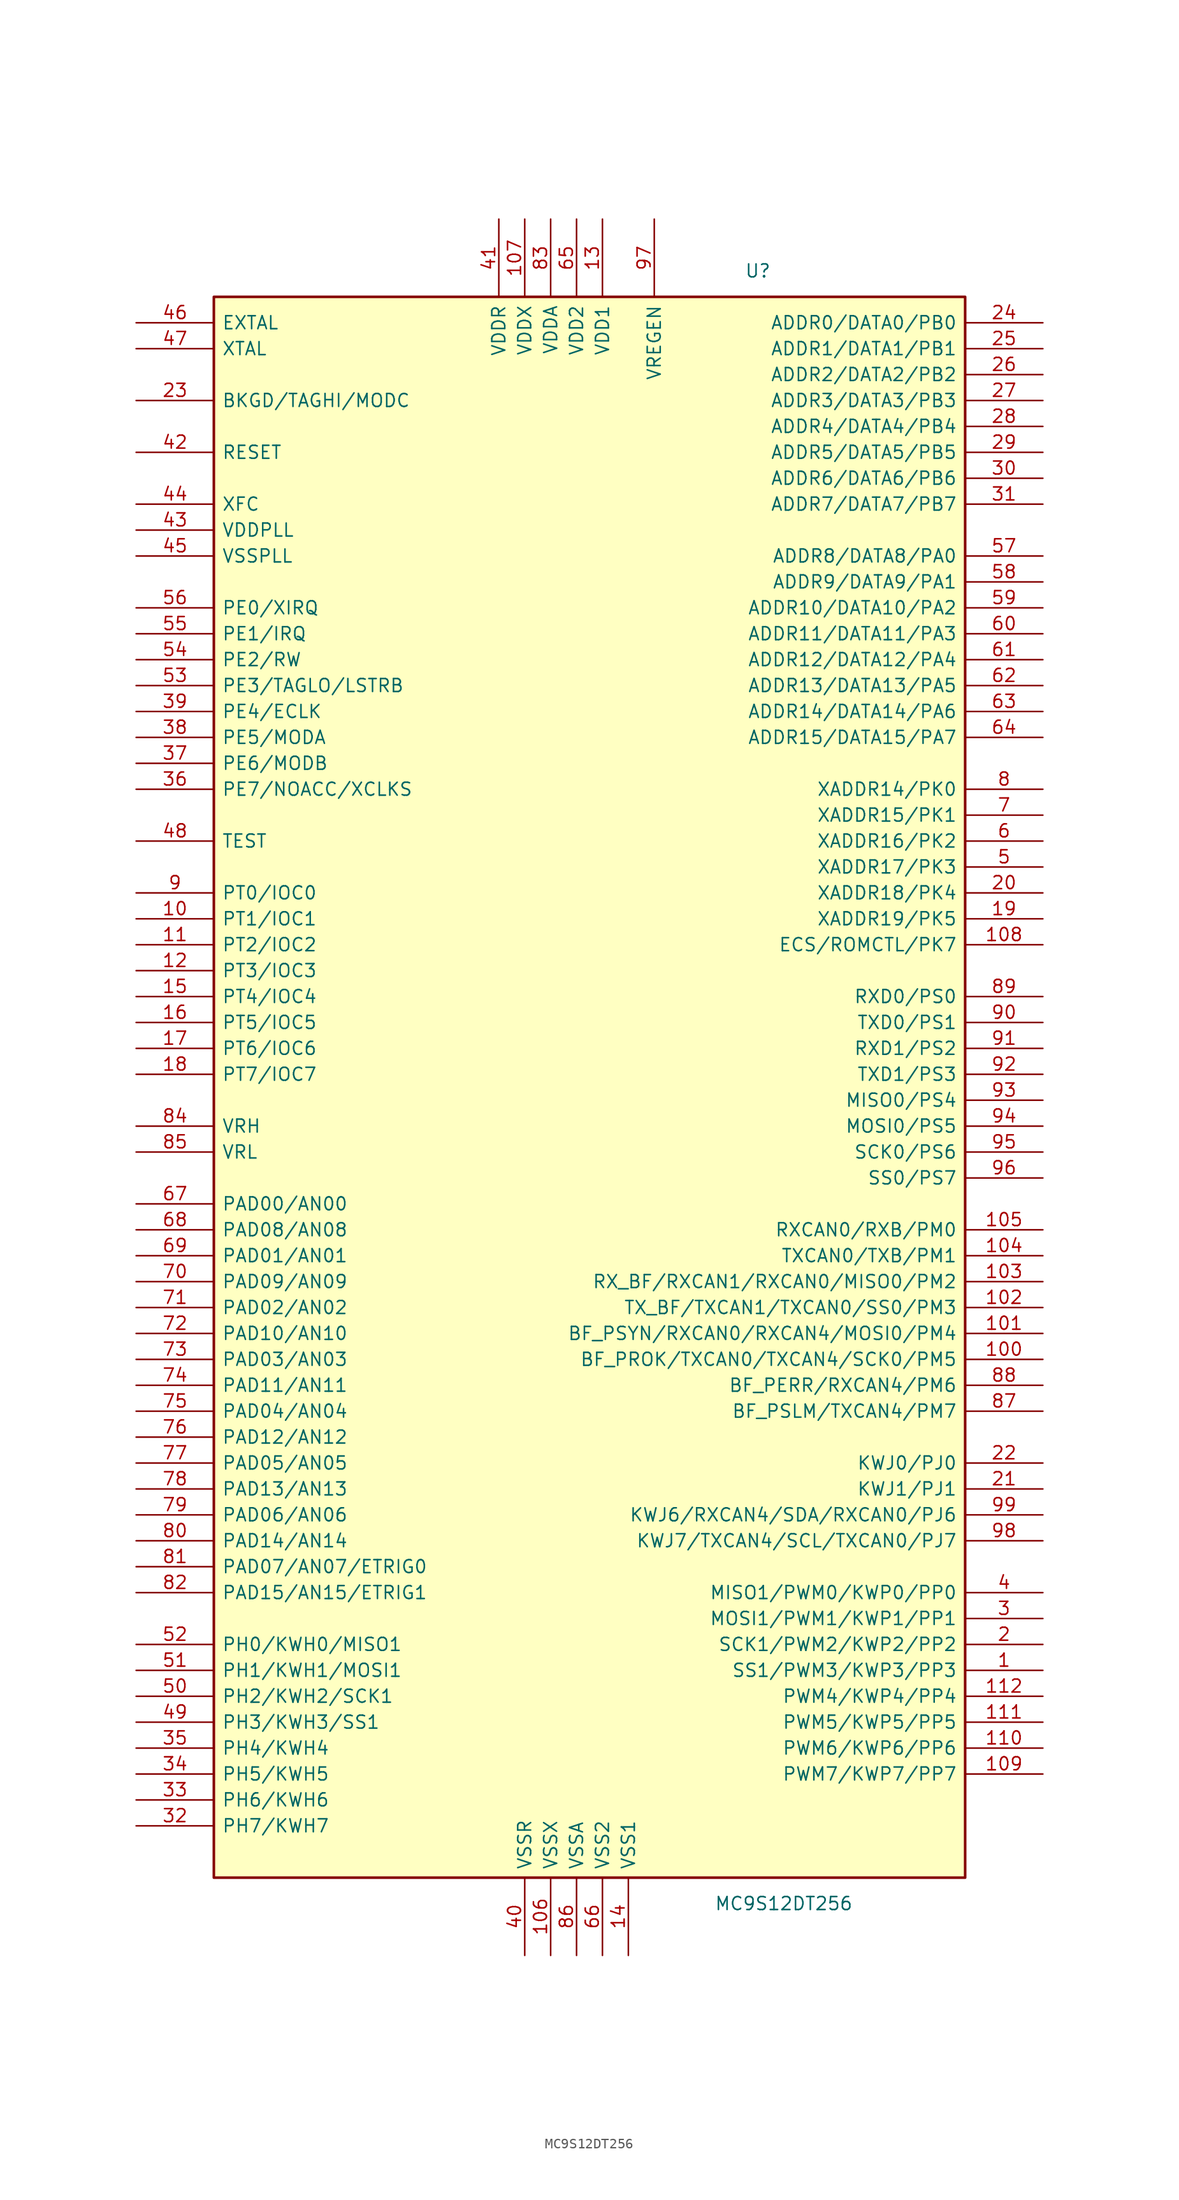
<source format=kicad_sym>
(kicad_symbol_lib
  (version 20201005)
  (generator kicad_symbol_editor)
  (symbol "MCU_NXP_HCS12:MC9S12DT256"
    (pin_names
      (offset 0.762))
    (property "Reference" "U"
      (at 17.78 86.36 0)
      (effects (font (size 1.27 1.27))))
    (property "Value" "MC9S12DT256"
      (at 20.32 -73.66 0)
      (effects (font (size 1.27 1.27))))
    (symbol "MC9S12DT256_0_1"
      (rectangle (start -35.56 83.82) (end 38.1 -71.12) (stroke (width 0.254)) (fill (type background))))
    (symbol "MC9S12DT256_1_1"
      (pin bidirectional line (at 45.72 -50.8 180) (length 7.62) (name "SS1/PWM3/KWP3/PP3" (effects (font (size 1.27 1.27)))) (number "1" (effects (font (size 1.27 1.27)))))
      (pin bidirectional line (at -43.18 22.86 0) (length 7.62) (name "PT1/IOC1" (effects (font (size 1.27 1.27)))) (number "10" (effects (font (size 1.27 1.27)))))
      (pin bidirectional line (at 45.72 -20.32 180) (length 7.62) (name "BF_PROK/TXCAN0/TXCAN4/SCK0/PM5" (effects (font (size 1.27 1.27)))) (number "100" (effects (font (size 1.27 1.27)))))
      (pin bidirectional line (at 45.72 -17.78 180) (length 7.62) (name "BF_PSYN/RXCAN0/RXCAN4/MOSI0/PM4" (effects (font (size 1.27 1.27)))) (number "101" (effects (font (size 1.27 1.27)))))
      (pin bidirectional line (at 45.72 -15.24 180) (length 7.62) (name "TX_BF/TXCAN1/TXCAN0/SS0/PM3" (effects (font (size 1.27 1.27)))) (number "102" (effects (font (size 1.27 1.27)))))
      (pin bidirectional line (at 45.72 -12.7 180) (length 7.62) (name "RX_BF/RXCAN1/RXCAN0/MISO0/PM2" (effects (font (size 1.27 1.27)))) (number "103" (effects (font (size 1.27 1.27)))))
      (pin bidirectional line (at 45.72 -10.16 180) (length 7.62) (name "TXCAN0/TXB/PM1" (effects (font (size 1.27 1.27)))) (number "104" (effects (font (size 1.27 1.27)))))
      (pin bidirectional line (at 45.72 -7.62 180) (length 7.62) (name "RXCAN0/RXB/PM0" (effects (font (size 1.27 1.27)))) (number "105" (effects (font (size 1.27 1.27)))))
      (pin power_in line (at -2.54 -78.74 90) (length 7.62) (name "VSSX" (effects (font (size 1.27 1.27)))) (number "106" (effects (font (size 1.27 1.27)))))
      (pin power_in line (at -5.08 91.44 270) (length 7.62) (name "VDDX" (effects (font (size 1.27 1.27)))) (number "107" (effects (font (size 1.27 1.27)))))
      (pin bidirectional line (at 45.72 20.32 180) (length 7.62) (name "ECS/ROMCTL/PK7" (effects (font (size 1.27 1.27)))) (number "108" (effects (font (size 1.27 1.27)))))
      (pin bidirectional line (at 45.72 -60.96 180) (length 7.62) (name "PWM7/KWP7/PP7" (effects (font (size 1.27 1.27)))) (number "109" (effects (font (size 1.27 1.27)))))
      (pin bidirectional line (at -43.18 20.32 0) (length 7.62) (name "PT2/IOC2" (effects (font (size 1.27 1.27)))) (number "11" (effects (font (size 1.27 1.27)))))
      (pin bidirectional line (at 45.72 -58.42 180) (length 7.62) (name "PWM6/KWP6/PP6" (effects (font (size 1.27 1.27)))) (number "110" (effects (font (size 1.27 1.27)))))
      (pin bidirectional line (at 45.72 -55.88 180) (length 7.62) (name "PWM5/KWP5/PP5" (effects (font (size 1.27 1.27)))) (number "111" (effects (font (size 1.27 1.27)))))
      (pin bidirectional line (at 45.72 -53.34 180) (length 7.62) (name "PWM4/KWP4/PP4" (effects (font (size 1.27 1.27)))) (number "112" (effects (font (size 1.27 1.27)))))
      (pin bidirectional line (at -43.18 17.78 0) (length 7.62) (name "PT3/IOC3" (effects (font (size 1.27 1.27)))) (number "12" (effects (font (size 1.27 1.27)))))
      (pin power_in line (at 2.54 91.44 270) (length 7.62) (name "VDD1" (effects (font (size 1.27 1.27)))) (number "13" (effects (font (size 1.27 1.27)))))
      (pin power_in line (at 5.08 -78.74 90) (length 7.62) (name "VSS1" (effects (font (size 1.27 1.27)))) (number "14" (effects (font (size 1.27 1.27)))))
      (pin bidirectional line (at -43.18 15.24 0) (length 7.62) (name "PT4/IOC4" (effects (font (size 1.27 1.27)))) (number "15" (effects (font (size 1.27 1.27)))))
      (pin bidirectional line (at -43.18 12.7 0) (length 7.62) (name "PT5/IOC5" (effects (font (size 1.27 1.27)))) (number "16" (effects (font (size 1.27 1.27)))))
      (pin bidirectional line (at -43.18 10.16 0) (length 7.62) (name "PT6/IOC6" (effects (font (size 1.27 1.27)))) (number "17" (effects (font (size 1.27 1.27)))))
      (pin bidirectional line (at -43.18 7.62 0) (length 7.62) (name "PT7/IOC7" (effects (font (size 1.27 1.27)))) (number "18" (effects (font (size 1.27 1.27)))))
      (pin bidirectional line (at 45.72 22.86 180) (length 7.62) (name "XADDR19/PK5" (effects (font (size 1.27 1.27)))) (number "19" (effects (font (size 1.27 1.27)))))
      (pin bidirectional line (at 45.72 -48.26 180) (length 7.62) (name "SCK1/PWM2/KWP2/PP2" (effects (font (size 1.27 1.27)))) (number "2" (effects (font (size 1.27 1.27)))))
      (pin bidirectional line (at 45.72 25.4 180) (length 7.62) (name "XADDR18/PK4" (effects (font (size 1.27 1.27)))) (number "20" (effects (font (size 1.27 1.27)))))
      (pin bidirectional line (at 45.72 -33.02 180) (length 7.62) (name "KWJ1/PJ1" (effects (font (size 1.27 1.27)))) (number "21" (effects (font (size 1.27 1.27)))))
      (pin bidirectional line (at 45.72 -30.48 180) (length 7.62) (name "KWJ0/PJ0" (effects (font (size 1.27 1.27)))) (number "22" (effects (font (size 1.27 1.27)))))
      (pin bidirectional line (at -43.18 73.66 0) (length 7.62) (name "BKGD/TAGHI/MODC" (effects (font (size 1.27 1.27)))) (number "23" (effects (font (size 1.27 1.27)))))
      (pin bidirectional line (at 45.72 81.28 180) (length 7.62) (name "ADDR0/DATA0/PB0" (effects (font (size 1.27 1.27)))) (number "24" (effects (font (size 1.27 1.27)))))
      (pin bidirectional line (at 45.72 78.74 180) (length 7.62) (name "ADDR1/DATA1/PB1" (effects (font (size 1.27 1.27)))) (number "25" (effects (font (size 1.27 1.27)))))
      (pin bidirectional line (at 45.72 76.2 180) (length 7.62) (name "ADDR2/DATA2/PB2" (effects (font (size 1.27 1.27)))) (number "26" (effects (font (size 1.27 1.27)))))
      (pin bidirectional line (at 45.72 73.66 180) (length 7.62) (name "ADDR3/DATA3/PB3" (effects (font (size 1.27 1.27)))) (number "27" (effects (font (size 1.27 1.27)))))
      (pin bidirectional line (at 45.72 71.12 180) (length 7.62) (name "ADDR4/DATA4/PB4" (effects (font (size 1.27 1.27)))) (number "28" (effects (font (size 1.27 1.27)))))
      (pin bidirectional line (at 45.72 68.58 180) (length 7.62) (name "ADDR5/DATA5/PB5" (effects (font (size 1.27 1.27)))) (number "29" (effects (font (size 1.27 1.27)))))
      (pin bidirectional line (at 45.72 -45.72 180) (length 7.62) (name "MOSI1/PWM1/KWP1/PP1" (effects (font (size 1.27 1.27)))) (number "3" (effects (font (size 1.27 1.27)))))
      (pin bidirectional line (at 45.72 66.04 180) (length 7.62) (name "ADDR6/DATA6/PB6" (effects (font (size 1.27 1.27)))) (number "30" (effects (font (size 1.27 1.27)))))
      (pin bidirectional line (at 45.72 63.5 180) (length 7.62) (name "ADDR7/DATA7/PB7" (effects (font (size 1.27 1.27)))) (number "31" (effects (font (size 1.27 1.27)))))
      (pin bidirectional line (at -43.18 -66.04 0) (length 7.62) (name "PH7/KWH7" (effects (font (size 1.27 1.27)))) (number "32" (effects (font (size 1.27 1.27)))))
      (pin bidirectional line (at -43.18 -63.5 0) (length 7.62) (name "PH6/KWH6" (effects (font (size 1.27 1.27)))) (number "33" (effects (font (size 1.27 1.27)))))
      (pin bidirectional line (at -43.18 -60.96 0) (length 7.62) (name "PH5/KWH5" (effects (font (size 1.27 1.27)))) (number "34" (effects (font (size 1.27 1.27)))))
      (pin bidirectional line (at -43.18 -58.42 0) (length 7.62) (name "PH4/KWH4" (effects (font (size 1.27 1.27)))) (number "35" (effects (font (size 1.27 1.27)))))
      (pin bidirectional line (at -43.18 35.56 0) (length 7.62) (name "PE7/NOACC/XCLKS" (effects (font (size 1.27 1.27)))) (number "36" (effects (font (size 1.27 1.27)))))
      (pin bidirectional line (at -43.18 38.1 0) (length 7.62) (name "PE6/MODB" (effects (font (size 1.27 1.27)))) (number "37" (effects (font (size 1.27 1.27)))))
      (pin bidirectional line (at -43.18 40.64 0) (length 7.62) (name "PE5/MODA" (effects (font (size 1.27 1.27)))) (number "38" (effects (font (size 1.27 1.27)))))
      (pin bidirectional line (at -43.18 43.18 0) (length 7.62) (name "PE4/ECLK" (effects (font (size 1.27 1.27)))) (number "39" (effects (font (size 1.27 1.27)))))
      (pin bidirectional line (at 45.72 -43.18 180) (length 7.62) (name "MISO1/PWM0/KWP0/PP0" (effects (font (size 1.27 1.27)))) (number "4" (effects (font (size 1.27 1.27)))))
      (pin power_in line (at -5.08 -78.74 90) (length 7.62) (name "VSSR" (effects (font (size 1.27 1.27)))) (number "40" (effects (font (size 1.27 1.27)))))
      (pin power_in line (at -7.62 91.44 270) (length 7.62) (name "VDDR" (effects (font (size 1.27 1.27)))) (number "41" (effects (font (size 1.27 1.27)))))
      (pin bidirectional line (at -43.18 68.58 0) (length 7.62) (name "RESET" (effects (font (size 1.27 1.27)))) (number "42" (effects (font (size 1.27 1.27)))))
      (pin power_in line (at -43.18 60.96 0) (length 7.62) (name "VDDPLL" (effects (font (size 1.27 1.27)))) (number "43" (effects (font (size 1.27 1.27)))))
      (pin bidirectional line (at -43.18 63.5 0) (length 7.62) (name "XFC" (effects (font (size 1.27 1.27)))) (number "44" (effects (font (size 1.27 1.27)))))
      (pin bidirectional line (at -43.18 58.42 0) (length 7.62) (name "VSSPLL" (effects (font (size 1.27 1.27)))) (number "45" (effects (font (size 1.27 1.27)))))
      (pin input line (at -43.18 81.28 0) (length 7.62) (name "EXTAL" (effects (font (size 1.27 1.27)))) (number "46" (effects (font (size 1.27 1.27)))))
      (pin output line (at -43.18 78.74 0) (length 7.62) (name "XTAL" (effects (font (size 1.27 1.27)))) (number "47" (effects (font (size 1.27 1.27)))))
      (pin input line (at -43.18 30.48 0) (length 7.62) (name "TEST" (effects (font (size 1.27 1.27)))) (number "48" (effects (font (size 1.27 1.27)))))
      (pin bidirectional line (at -43.18 -55.88 0) (length 7.62) (name "PH3/KWH3/SS1" (effects (font (size 1.27 1.27)))) (number "49" (effects (font (size 1.27 1.27)))))
      (pin bidirectional line (at 45.72 27.94 180) (length 7.62) (name "XADDR17/PK3" (effects (font (size 1.27 1.27)))) (number "5" (effects (font (size 1.27 1.27)))))
      (pin bidirectional line (at -43.18 -53.34 0) (length 7.62) (name "PH2/KWH2/SCK1" (effects (font (size 1.27 1.27)))) (number "50" (effects (font (size 1.27 1.27)))))
      (pin bidirectional line (at -43.18 -50.8 0) (length 7.62) (name "PH1/KWH1/MOSI1" (effects (font (size 1.27 1.27)))) (number "51" (effects (font (size 1.27 1.27)))))
      (pin bidirectional line (at -43.18 -48.26 0) (length 7.62) (name "PH0/KWH0/MISO1" (effects (font (size 1.27 1.27)))) (number "52" (effects (font (size 1.27 1.27)))))
      (pin bidirectional line (at -43.18 45.72 0) (length 7.62) (name "PE3/TAGLO/LSTRB" (effects (font (size 1.27 1.27)))) (number "53" (effects (font (size 1.27 1.27)))))
      (pin bidirectional line (at -43.18 48.26 0) (length 7.62) (name "PE2/RW" (effects (font (size 1.27 1.27)))) (number "54" (effects (font (size 1.27 1.27)))))
      (pin input line (at -43.18 50.8 0) (length 7.62) (name "PE1/IRQ" (effects (font (size 1.27 1.27)))) (number "55" (effects (font (size 1.27 1.27)))))
      (pin input line (at -43.18 53.34 0) (length 7.62) (name "PE0/XIRQ" (effects (font (size 1.27 1.27)))) (number "56" (effects (font (size 1.27 1.27)))))
      (pin bidirectional line (at 45.72 58.42 180) (length 7.62) (name "ADDR8/DATA8/PA0" (effects (font (size 1.27 1.27)))) (number "57" (effects (font (size 1.27 1.27)))))
      (pin bidirectional line (at 45.72 55.88 180) (length 7.62) (name "ADDR9/DATA9/PA1" (effects (font (size 1.27 1.27)))) (number "58" (effects (font (size 1.27 1.27)))))
      (pin bidirectional line (at 45.72 53.34 180) (length 7.62) (name "ADDR10/DATA10/PA2" (effects (font (size 1.27 1.27)))) (number "59" (effects (font (size 1.27 1.27)))))
      (pin bidirectional line (at 45.72 30.48 180) (length 7.62) (name "XADDR16/PK2" (effects (font (size 1.27 1.27)))) (number "6" (effects (font (size 1.27 1.27)))))
      (pin bidirectional line (at 45.72 50.8 180) (length 7.62) (name "ADDR11/DATA11/PA3" (effects (font (size 1.27 1.27)))) (number "60" (effects (font (size 1.27 1.27)))))
      (pin bidirectional line (at 45.72 48.26 180) (length 7.62) (name "ADDR12/DATA12/PA4" (effects (font (size 1.27 1.27)))) (number "61" (effects (font (size 1.27 1.27)))))
      (pin bidirectional line (at 45.72 45.72 180) (length 7.62) (name "ADDR13/DATA13/PA5" (effects (font (size 1.27 1.27)))) (number "62" (effects (font (size 1.27 1.27)))))
      (pin bidirectional line (at 45.72 43.18 180) (length 7.62) (name "ADDR14/DATA14/PA6" (effects (font (size 1.27 1.27)))) (number "63" (effects (font (size 1.27 1.27)))))
      (pin bidirectional line (at 45.72 40.64 180) (length 7.62) (name "ADDR15/DATA15/PA7" (effects (font (size 1.27 1.27)))) (number "64" (effects (font (size 1.27 1.27)))))
      (pin power_in line (at 0 91.44 270) (length 7.62) (name "VDD2" (effects (font (size 1.27 1.27)))) (number "65" (effects (font (size 1.27 1.27)))))
      (pin power_in line (at 2.54 -78.74 90) (length 7.62) (name "VSS2" (effects (font (size 1.27 1.27)))) (number "66" (effects (font (size 1.27 1.27)))))
      (pin input line (at -43.18 -5.08 0) (length 7.62) (name "PAD00/AN00" (effects (font (size 1.27 1.27)))) (number "67" (effects (font (size 1.27 1.27)))))
      (pin input line (at -43.18 -7.62 0) (length 7.62) (name "PAD08/AN08" (effects (font (size 1.27 1.27)))) (number "68" (effects (font (size 1.27 1.27)))))
      (pin input line (at -43.18 -10.16 0) (length 7.62) (name "PAD01/AN01" (effects (font (size 1.27 1.27)))) (number "69" (effects (font (size 1.27 1.27)))))
      (pin bidirectional line (at 45.72 33.02 180) (length 7.62) (name "XADDR15/PK1" (effects (font (size 1.27 1.27)))) (number "7" (effects (font (size 1.27 1.27)))))
      (pin input line (at -43.18 -12.7 0) (length 7.62) (name "PAD09/AN09" (effects (font (size 1.27 1.27)))) (number "70" (effects (font (size 1.27 1.27)))))
      (pin input line (at -43.18 -15.24 0) (length 7.62) (name "PAD02/AN02" (effects (font (size 1.27 1.27)))) (number "71" (effects (font (size 1.27 1.27)))))
      (pin input line (at -43.18 -17.78 0) (length 7.62) (name "PAD10/AN10" (effects (font (size 1.27 1.27)))) (number "72" (effects (font (size 1.27 1.27)))))
      (pin input line (at -43.18 -20.32 0) (length 7.62) (name "PAD03/AN03" (effects (font (size 1.27 1.27)))) (number "73" (effects (font (size 1.27 1.27)))))
      (pin input line (at -43.18 -22.86 0) (length 7.62) (name "PAD11/AN11" (effects (font (size 1.27 1.27)))) (number "74" (effects (font (size 1.27 1.27)))))
      (pin input line (at -43.18 -25.4 0) (length 7.62) (name "PAD04/AN04" (effects (font (size 1.27 1.27)))) (number "75" (effects (font (size 1.27 1.27)))))
      (pin input line (at -43.18 -27.94 0) (length 7.62) (name "PAD12/AN12" (effects (font (size 1.27 1.27)))) (number "76" (effects (font (size 1.27 1.27)))))
      (pin input line (at -43.18 -30.48 0) (length 7.62) (name "PAD05/AN05" (effects (font (size 1.27 1.27)))) (number "77" (effects (font (size 1.27 1.27)))))
      (pin input line (at -43.18 -33.02 0) (length 7.62) (name "PAD13/AN13" (effects (font (size 1.27 1.27)))) (number "78" (effects (font (size 1.27 1.27)))))
      (pin input line (at -43.18 -35.56 0) (length 7.62) (name "PAD06/AN06" (effects (font (size 1.27 1.27)))) (number "79" (effects (font (size 1.27 1.27)))))
      (pin bidirectional line (at 45.72 35.56 180) (length 7.62) (name "XADDR14/PK0" (effects (font (size 1.27 1.27)))) (number "8" (effects (font (size 1.27 1.27)))))
      (pin input line (at -43.18 -38.1 0) (length 7.62) (name "PAD14/AN14" (effects (font (size 1.27 1.27)))) (number "80" (effects (font (size 1.27 1.27)))))
      (pin input line (at -43.18 -40.64 0) (length 7.62) (name "PAD07/AN07/ETRIG0" (effects (font (size 1.27 1.27)))) (number "81" (effects (font (size 1.27 1.27)))))
      (pin input line (at -43.18 -43.18 0) (length 7.62) (name "PAD15/AN15/ETRIG1" (effects (font (size 1.27 1.27)))) (number "82" (effects (font (size 1.27 1.27)))))
      (pin power_in line (at -2.54 91.44 270) (length 7.62) (name "VDDA" (effects (font (size 1.27 1.27)))) (number "83" (effects (font (size 1.27 1.27)))))
      (pin passive line (at -43.18 2.54 0) (length 7.62) (name "VRH" (effects (font (size 1.27 1.27)))) (number "84" (effects (font (size 1.27 1.27)))))
      (pin passive line (at -43.18 0 0) (length 7.62) (name "VRL" (effects (font (size 1.27 1.27)))) (number "85" (effects (font (size 1.27 1.27)))))
      (pin power_in line (at 0 -78.74 90) (length 7.62) (name "VSSA" (effects (font (size 1.27 1.27)))) (number "86" (effects (font (size 1.27 1.27)))))
      (pin bidirectional line (at 45.72 -25.4 180) (length 7.62) (name "BF_PSLM/TXCAN4/PM7" (effects (font (size 1.27 1.27)))) (number "87" (effects (font (size 1.27 1.27)))))
      (pin bidirectional line (at 45.72 -22.86 180) (length 7.62) (name "BF_PERR/RXCAN4/PM6" (effects (font (size 1.27 1.27)))) (number "88" (effects (font (size 1.27 1.27)))))
      (pin bidirectional line (at 45.72 15.24 180) (length 7.62) (name "RXD0/PS0" (effects (font (size 1.27 1.27)))) (number "89" (effects (font (size 1.27 1.27)))))
      (pin bidirectional line (at -43.18 25.4 0) (length 7.62) (name "PT0/IOC0" (effects (font (size 1.27 1.27)))) (number "9" (effects (font (size 1.27 1.27)))))
      (pin bidirectional line (at 45.72 12.7 180) (length 7.62) (name "TXD0/PS1" (effects (font (size 1.27 1.27)))) (number "90" (effects (font (size 1.27 1.27)))))
      (pin bidirectional line (at 45.72 10.16 180) (length 7.62) (name "RXD1/PS2" (effects (font (size 1.27 1.27)))) (number "91" (effects (font (size 1.27 1.27)))))
      (pin bidirectional line (at 45.72 7.62 180) (length 7.62) (name "TXD1/PS3" (effects (font (size 1.27 1.27)))) (number "92" (effects (font (size 1.27 1.27)))))
      (pin bidirectional line (at 45.72 5.08 180) (length 7.62) (name "MISO0/PS4" (effects (font (size 1.27 1.27)))) (number "93" (effects (font (size 1.27 1.27)))))
      (pin bidirectional line (at 45.72 2.54 180) (length 7.62) (name "MOSI0/PS5" (effects (font (size 1.27 1.27)))) (number "94" (effects (font (size 1.27 1.27)))))
      (pin bidirectional line (at 45.72 0 180) (length 7.62) (name "SCK0/PS6" (effects (font (size 1.27 1.27)))) (number "95" (effects (font (size 1.27 1.27)))))
      (pin bidirectional line (at 45.72 -2.54 180) (length 7.62) (name "SS0/PS7" (effects (font (size 1.27 1.27)))) (number "96" (effects (font (size 1.27 1.27)))))
      (pin input line (at 7.62 91.44 270) (length 7.62) (name "VREGEN" (effects (font (size 1.27 1.27)))) (number "97" (effects (font (size 1.27 1.27)))))
      (pin bidirectional line (at 45.72 -38.1 180) (length 7.62) (name "KWJ7/TXCAN4/SCL/TXCAN0/PJ7" (effects (font (size 1.27 1.27)))) (number "98" (effects (font (size 1.27 1.27)))))
      (pin bidirectional line (at 45.72 -35.56 180) (length 7.62) (name "KWJ6/RXCAN4/SDA/RXCAN0/PJ6" (effects (font (size 1.27 1.27)))) (number "99" (effects (font (size 1.27 1.27))))))))
</source>
